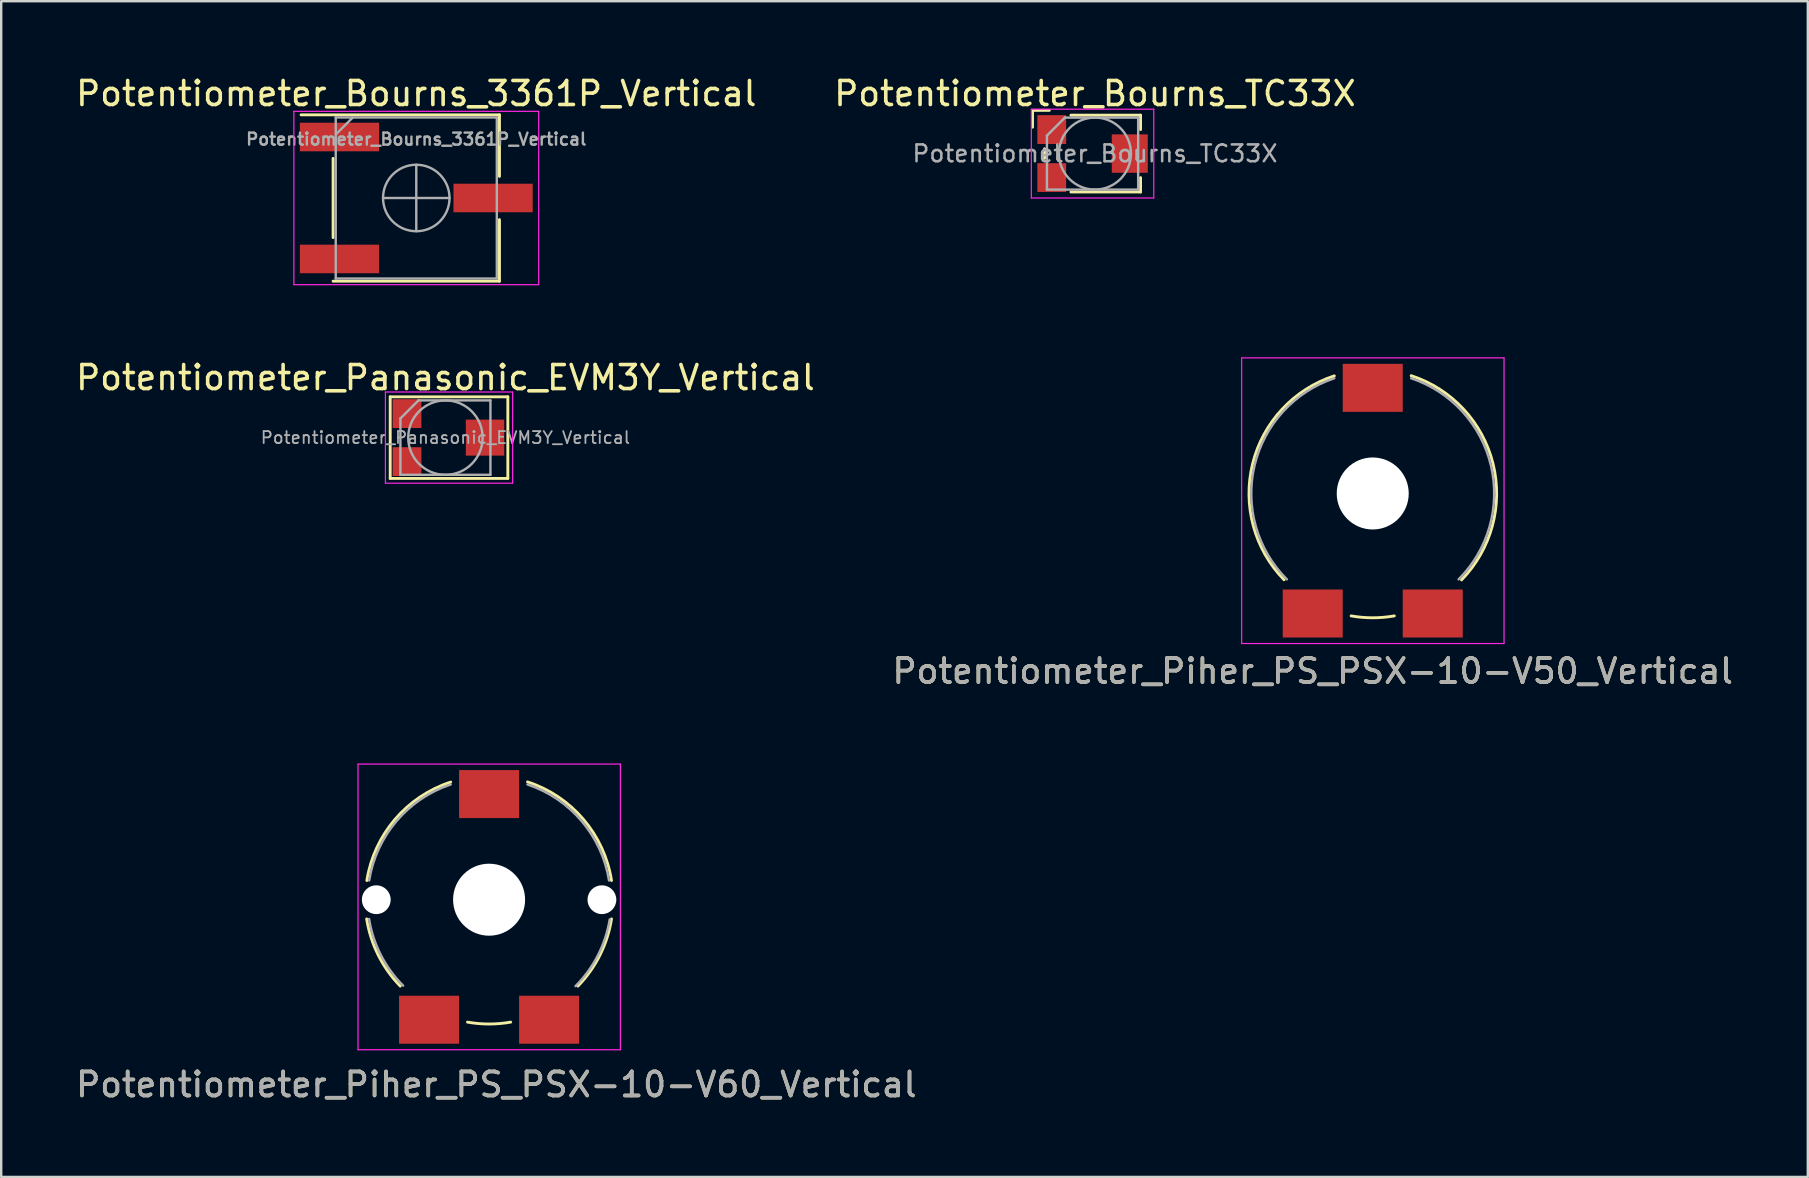
<source format=kicad_pcb>
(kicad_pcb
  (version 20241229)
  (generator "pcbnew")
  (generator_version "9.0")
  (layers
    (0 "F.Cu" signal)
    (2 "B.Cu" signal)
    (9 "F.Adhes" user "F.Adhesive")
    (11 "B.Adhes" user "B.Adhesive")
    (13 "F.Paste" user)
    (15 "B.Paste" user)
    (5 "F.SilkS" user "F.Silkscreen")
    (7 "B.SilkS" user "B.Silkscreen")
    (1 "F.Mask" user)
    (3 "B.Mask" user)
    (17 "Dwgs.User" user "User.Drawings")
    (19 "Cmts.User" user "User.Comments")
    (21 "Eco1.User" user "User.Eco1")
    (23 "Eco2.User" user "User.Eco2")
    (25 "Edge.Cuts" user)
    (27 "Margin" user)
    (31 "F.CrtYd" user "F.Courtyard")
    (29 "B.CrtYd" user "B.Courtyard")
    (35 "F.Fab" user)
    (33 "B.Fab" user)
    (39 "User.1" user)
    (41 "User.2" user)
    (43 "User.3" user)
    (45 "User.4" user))
  (footprint "Potentiometer_Bourns_TC33X"
    (layer "F.Cu")
    (at 42.565 3.348)
    (property "Reference" "Potentiometer_Bourns_TC33X" (at 0 -2.5 0) (layer "F.SilkS") (effects (font (size 1 1) (thickness 0.15))))
    (attr smd)
    (fp_line (start -2.6 -1.8) (end -2.6 -1.1) (stroke (width 0.12) (type solid)) (layer "F.SilkS"))
    (fp_line (start -2.1 -0.2) (end -2.1 0.2) (stroke (width 0.12) (type solid)) (layer "F.SilkS"))
    (fp_line (start -1.9 -1.8) (end -2.6 -1.8) (stroke (width 0.12) (type solid)) (layer "F.SilkS"))
    (fp_line (start -1 -1.6) (end 1.9 -1.6) (stroke (width 0.12) (type solid)) (layer "F.SilkS"))
    (fp_line (start -1 1.6) (end 1.9 1.6) (stroke (width 0.12) (type solid)) (layer "F.SilkS"))
    (fp_line (start 1.9 -1.6) (end 1.9 -1) (stroke (width 0.12) (type solid)) (layer "F.SilkS"))
    (fp_line (start 1.9 1.6) (end 1.9 1) (stroke (width 0.12) (type solid)) (layer "F.SilkS"))
    (fp_line (start -2.65 -1.85) (end 2.45 -1.85) (stroke (width 0.05) (type solid)) (layer "F.CrtYd"))
    (fp_line (start -2.65 1.85) (end -2.65 -1.85) (stroke (width 0.05) (type solid)) (layer "F.CrtYd"))
    (fp_line (start 2.45 -1.85) (end 2.45 1.85) (stroke (width 0.05) (type solid)) (layer "F.CrtYd"))
    (fp_line (start 2.45 1.85) (end -2.65 1.85) (stroke (width 0.05) (type solid)) (layer "F.CrtYd"))
    (fp_line (start -2 -0.75) (end -2 1.5) (stroke (width 0.1) (type solid)) (layer "F.Fab"))
    (fp_line (start -2 1.5) (end 1.8 1.5) (stroke (width 0.1) (type solid)) (layer "F.Fab"))
    (fp_line (start -1.25 -1.5) (end -2 -0.75) (stroke (width 0.1) (type solid)) (layer "F.Fab"))
    (fp_line (start 1.8 -1.5) (end -1.25 -1.5) (stroke (width 0.1) (type solid)) (layer "F.Fab"))
    (fp_line (start 1.8 1.5) (end 1.8 -1.5) (stroke (width 0.1) (type solid)) (layer "F.Fab"))
    (fp_circle (center 0 0) (end 1.5 0) (stroke (width 0.1) (type solid)) (fill no) (layer "F.Fab"))
    (fp_text user "${REFERENCE}" (at 0 0 0) (layer "F.Fab") (effects (font (size 0.7 0.7) (thickness 0.105))))
    (pad "1" smd rect (at -1.8 -1) (size 1.2 1.2) (layers "F.Cu" "F.Mask" "F.Paste"))
    (pad "2" smd rect (at 1.45 0) (size 1.5 1.6) (layers "F.Cu" "F.Mask" "F.Paste"))
    (pad "3" smd rect (at -1.8 1) (size 1.2 1.2) (layers "F.Cu" "F.Mask" "F.Paste")))
  (footprint "Potentiometer_Bourns_3361P_Vertical"
    (layer "F.Cu")
    (at 14.292 5.198)
    (property "Reference" "Potentiometer_Bourns_3361P_Vertical" (at 0 -4.35 0) (layer "F.SilkS") (effects (font (size 1 1) (thickness 0.15))))
    (attr smd)
    (fp_line (start -3.465 -1.65) (end -3.465 1.65) (stroke (width 0.12) (type solid)) (layer "F.SilkS"))
    (fp_line (start -3.465 3.465) (end 3.465 3.465) (stroke (width 0.12) (type solid)) (layer "F.SilkS"))
    (fp_line (start 3.465 -3.465) (end -4.8 -3.465) (stroke (width 0.12) (type solid)) (layer "F.SilkS"))
    (fp_line (start 3.465 -0.9) (end 3.465 -3.465) (stroke (width 0.12) (type solid)) (layer "F.SilkS"))
    (fp_line (start 3.465 3.465) (end 3.465 0.9) (stroke (width 0.12) (type solid)) (layer "F.SilkS"))
    (fp_line (start -5.1 -3.61) (end -5.1 3.61) (stroke (width 0.05) (type solid)) (layer "F.CrtYd"))
    (fp_line (start -5.1 3.61) (end 5.1 3.61) (stroke (width 0.05) (type solid)) (layer "F.CrtYd"))
    (fp_line (start 5.1 -3.61) (end -5.1 -3.61) (stroke (width 0.05) (type solid)) (layer "F.CrtYd"))
    (fp_line (start 5.1 3.61) (end 5.1 -3.61) (stroke (width 0.05) (type solid)) (layer "F.CrtYd"))
    (fp_line (start -3.355 -3.355) (end 3.355 -3.355) (stroke (width 0.1) (type solid)) (layer "F.Fab"))
    (fp_line (start -3.355 3.355) (end -3.355 -3.355) (stroke (width 0.1) (type solid)) (layer "F.Fab"))
    (fp_line (start -3.35 -2.65) (end -2.65 -3.35) (stroke (width 0.1) (type solid)) (layer "F.Fab"))
    (fp_line (start -1.385 0) (end 1.385 0) (stroke (width 0.1) (type solid)) (layer "F.Fab"))
    (fp_line (start 0 -1.385) (end 0 1.385) (stroke (width 0.1) (type solid)) (layer "F.Fab"))
    (fp_line (start 3.355 -3.355) (end 3.355 3.355) (stroke (width 0.1) (type solid)) (layer "F.Fab"))
    (fp_line (start 3.355 3.355) (end -3.355 3.355) (stroke (width 0.1) (type solid)) (layer "F.Fab"))
    (fp_circle (center 0 0) (end 0 -1.385) (stroke (width 0.1) (type solid)) (fill no) (layer "F.Fab"))
    (fp_text user "${REFERENCE}" (at 0 -2.45 180) (layer "F.Fab") (effects (font (size 0.5 0.5) (thickness 0.1))))
    (pad "1" smd rect (at -3.2 -2.54 90) (size 1.19 3.3) (layers "F.Cu" "F.Mask" "F.Paste"))
    (pad "2" smd rect (at 3.2 0 90) (size 1.19 3.3) (layers "F.Cu" "F.Mask" "F.Paste"))
    (pad "3" smd rect (at -3.2 2.54 90) (size 1.19 3.3) (layers "F.Cu" "F.Mask" "F.Paste")))
  (footprint "Potentiometer_Piher_PS_PSX-10-V60_Vertical"
    (layer "F.Cu")
    (at 17.325 34.731)
    (property "Reference" "Potentiometer_Piher_PS_PSX-10-V60_Vertical" (at 0.3 7.4 0) (layer "F.SilkS") (effects (font (size 1 1) (thickness 0.15))))
    (attr smd)
    (fp_arc (start -5.092339 -1.098798) (mid -3.924514 -3.641883) (end -1.6 -5.2) (stroke (width 0.12) (type solid)) (layer "F.SilkS"))
    (fp_arc (start -3.7 3.299999) (mid -4.617358 2.008678) (end -5.099999 0.499999) (stroke (width 0.12) (type solid)) (layer "F.SilkS"))
    (fp_arc (start 0.9 4.799999) (mid 0 4.878802) (end -0.9 4.799999) (stroke (width 0.12) (type solid)) (layer "F.SilkS"))
    (fp_arc (start 1.602407 -5.20737) (mid 3.930418 -3.646909) (end 5.099999 -1.099999) (stroke (width 0.12) (type solid)) (layer "F.SilkS"))
    (fp_arc (start 5.1 0.5) (mid 4.617359 2.008679) (end 3.7 3.3) (stroke (width 0.12) (type solid)) (layer "F.SilkS"))
    (fp_line (start -5.46 -5.95) (end -5.46 5.95) (stroke (width 0.05) (type solid)) (layer "F.CrtYd"))
    (fp_line (start -5.46 -5.95) (end 5.47 -5.95) (stroke (width 0.05) (type solid)) (layer "F.CrtYd"))
    (fp_line (start -5.46 5.95) (end 5.47 5.95) (stroke (width 0.05) (type solid)) (layer "F.CrtYd"))
    (fp_line (start 5.47 5.95) (end 5.47 -5.95) (stroke (width 0.05) (type solid)) (layer "F.CrtYd"))
    (fp_arc (start -4.996097 -1.099376) (mid -3.857249 -3.574389) (end -1.599999 -5.099999) (stroke (width 0.1) (type solid)) (layer "F.Fab"))
    (fp_arc (start -3.58111 3.279894) (mid -4.510079 2.001994) (end -4.999999 0.499999) (stroke (width 0.1) (type solid)) (layer "F.Fab"))
    (fp_arc (start 1.599999 -5.099999) (mid 3.857249 -3.574389) (end 4.996097 -1.099376) (stroke (width 0.1) (type solid)) (layer "F.Fab"))
    (fp_arc (start 5.024248 0.522752) (mid 4.530197 2.02321) (end 3.599999 3.299999) (stroke (width 0.1) (type solid)) (layer "F.Fab"))
    (fp_text user "${REFERENCE}" (at 0.3 7.4 0) (layer "F.Fab") (effects (font (size 1 1) (thickness 0.15))))
    (pad "" np_thru_hole circle (at -4.7 -0.3) (size 1.2 1.2) (drill 1.2) (layers "*.Cu" "*.Mask"))
    (pad "" np_thru_hole circle (at 0 -0.3) (size 3 3) (drill 3) (layers "*.Cu" "*.Mask"))
    (pad "" np_thru_hole circle (at 4.7 -0.3) (size 1.2 1.2) (drill 1.2) (layers "*.Cu" "*.Mask"))
    (pad "1" smd rect (at -2.5 4.7) (size 2.5 2) (layers "F.Cu" "F.Mask" "F.Paste"))
    (pad "2" smd rect (at 0 -4.7) (size 2.5 2) (layers "F.Cu" "F.Mask" "F.Paste"))
    (pad "3" smd rect (at 2.5 4.7) (size 2.5 2) (layers "F.Cu" "F.Mask" "F.Paste")))
  (footprint "Potentiometer_Panasonic_EVM3Y_Vertical"
    (layer "F.Cu")
    (at 15.506 15.181)
    (property "Reference" "Potentiometer_Panasonic_EVM3Y_Vertical" (at 0 -2.5 0) (layer "F.SilkS") (effects (font (size 1 1) (thickness 0.15))))
    (attr smd)
    (fp_line (start -2.3 -1.7) (end -2.3 1.7) (stroke (width 0.12) (type solid)) (layer "F.SilkS"))
    (fp_line (start -2.3 1.7) (end 2.6 1.7) (stroke (width 0.12) (type solid)) (layer "F.SilkS"))
    (fp_line (start 2.6 -1.7) (end -2.3 -1.7) (stroke (width 0.12) (type solid)) (layer "F.SilkS"))
    (fp_line (start 2.6 1.7) (end 2.6 -1.7) (stroke (width 0.12) (type solid)) (layer "F.SilkS"))
    (fp_line (start -2.5 -1.9) (end 2.8 -1.9) (stroke (width 0.05) (type solid)) (layer "F.CrtYd"))
    (fp_line (start -2.5 1.9) (end -2.5 -1.9) (stroke (width 0.05) (type solid)) (layer "F.CrtYd"))
    (fp_line (start 2.8 -1.9) (end 2.8 1.9) (stroke (width 0.05) (type solid)) (layer "F.CrtYd"))
    (fp_line (start 2.8 1.9) (end -2.5 1.9) (stroke (width 0.05) (type solid)) (layer "F.CrtYd"))
    (fp_line (start -1.875 -0.8) (end -1.875 1.55) (stroke (width 0.1) (type solid)) (layer "F.Fab"))
    (fp_line (start -1.875 1.55) (end 1.875 1.55) (stroke (width 0.1) (type solid)) (layer "F.Fab"))
    (fp_line (start -1.125 -1.55) (end -1.875 -0.8) (stroke (width 0.1) (type solid)) (layer "F.Fab"))
    (fp_line (start 1.875 -1.55) (end -1.125 -1.55) (stroke (width 0.1) (type solid)) (layer "F.Fab"))
    (fp_line (start 1.875 1.55) (end 1.875 -1.55) (stroke (width 0.1) (type solid)) (layer "F.Fab"))
    (fp_circle (center 0 0) (end 1.55 0) (stroke (width 0.1) (type solid)) (fill no) (layer "F.Fab"))
    (fp_text user "${REFERENCE}" (at 0 0 0) (layer "F.Fab") (effects (font (size 0.5 0.5) (thickness 0.075))))
    (pad "1" smd rect (at -1.6 -1) (size 1.2 1.2) (layers "F.Cu" "F.Mask" "F.Paste"))
    (pad "2" smd rect (at 1.65 0) (size 1.6 1.5) (layers "F.Cu" "F.Mask" "F.Paste"))
    (pad "3" smd rect (at -1.6 1) (size 1.2 1.2) (layers "F.Cu" "F.Mask" "F.Paste")))
  (footprint "Potentiometer_Piher_PS_PSX-10-V50_Vertical"
    (layer "F.Cu")
    (at 54.137 17.808)
    (property "Reference" "Potentiometer_Piher_PS_PSX-10-V50_Vertical" (at -2.5 7.1 0) (layer "F.SilkS") (effects (font (size 1 1) (thickness 0.15))))
    (attr smd)
    (fp_arc (start -3.694442 3.294593) (mid -5.004728 -1.533975) (end -1.6 -5.2) (stroke (width 0.12) (type solid)) (layer "F.SilkS"))
    (fp_arc (start 0.9 4.799999) (mid 0 4.878802) (end -0.9 4.799999) (stroke (width 0.12) (type solid)) (layer "F.SilkS"))
    (fp_arc (start 1.602405 -5.207372) (mid 5.012257 -1.535832) (end 3.7 3.3) (stroke (width 0.12) (type solid)) (layer "F.SilkS"))
    (fp_line (start -5.46 -5.95) (end -5.46 5.95) (stroke (width 0.05) (type solid)) (layer "F.CrtYd"))
    (fp_line (start -5.46 -5.95) (end 5.47 -5.95) (stroke (width 0.05) (type solid)) (layer "F.CrtYd"))
    (fp_line (start -5.46 5.95) (end 5.47 5.95) (stroke (width 0.05) (type solid)) (layer "F.CrtYd"))
    (fp_line (start 5.47 5.95) (end 5.47 -5.95) (stroke (width 0.05) (type solid)) (layer "F.CrtYd"))
    (fp_arc (start -3.577708 3.277708) (mid -4.924293 -1.462468) (end -1.599999 -5.099999) (stroke (width 0.1) (type solid)) (layer "F.Fab"))
    (fp_arc (start 1.599999 -5.099999) (mid 4.924292 -1.462468) (end 3.577708 3.277708) (stroke (width 0.1) (type solid)) (layer "F.Fab"))
    (fp_text user "${REFERENCE}" (at -2.5 7.1 0) (layer "F.Fab") (effects (font (size 1 1) (thickness 0.15))))
    (pad "" np_thru_hole circle (at 0 -0.3) (size 3 3) (drill 3) (layers "*.Cu" "*.Mask"))
    (pad "1" smd rect (at -2.5 4.7) (size 2.5 2) (layers "F.Cu" "F.Mask" "F.Paste"))
    (pad "2" smd rect (at 0 -4.7) (size 2.5 2) (layers "F.Cu" "F.Mask" "F.Paste"))
    (pad "3" smd rect (at 2.5 4.7) (size 2.5 2) (layers "F.Cu" "F.Mask" "F.Paste")))
  (gr_rect
    (start -3 -3)
    (end 72.262 45.98)
    (stroke (width 0.1) (type default))
    (fill no)
    (layer "Edge.Cuts")))
</source>
